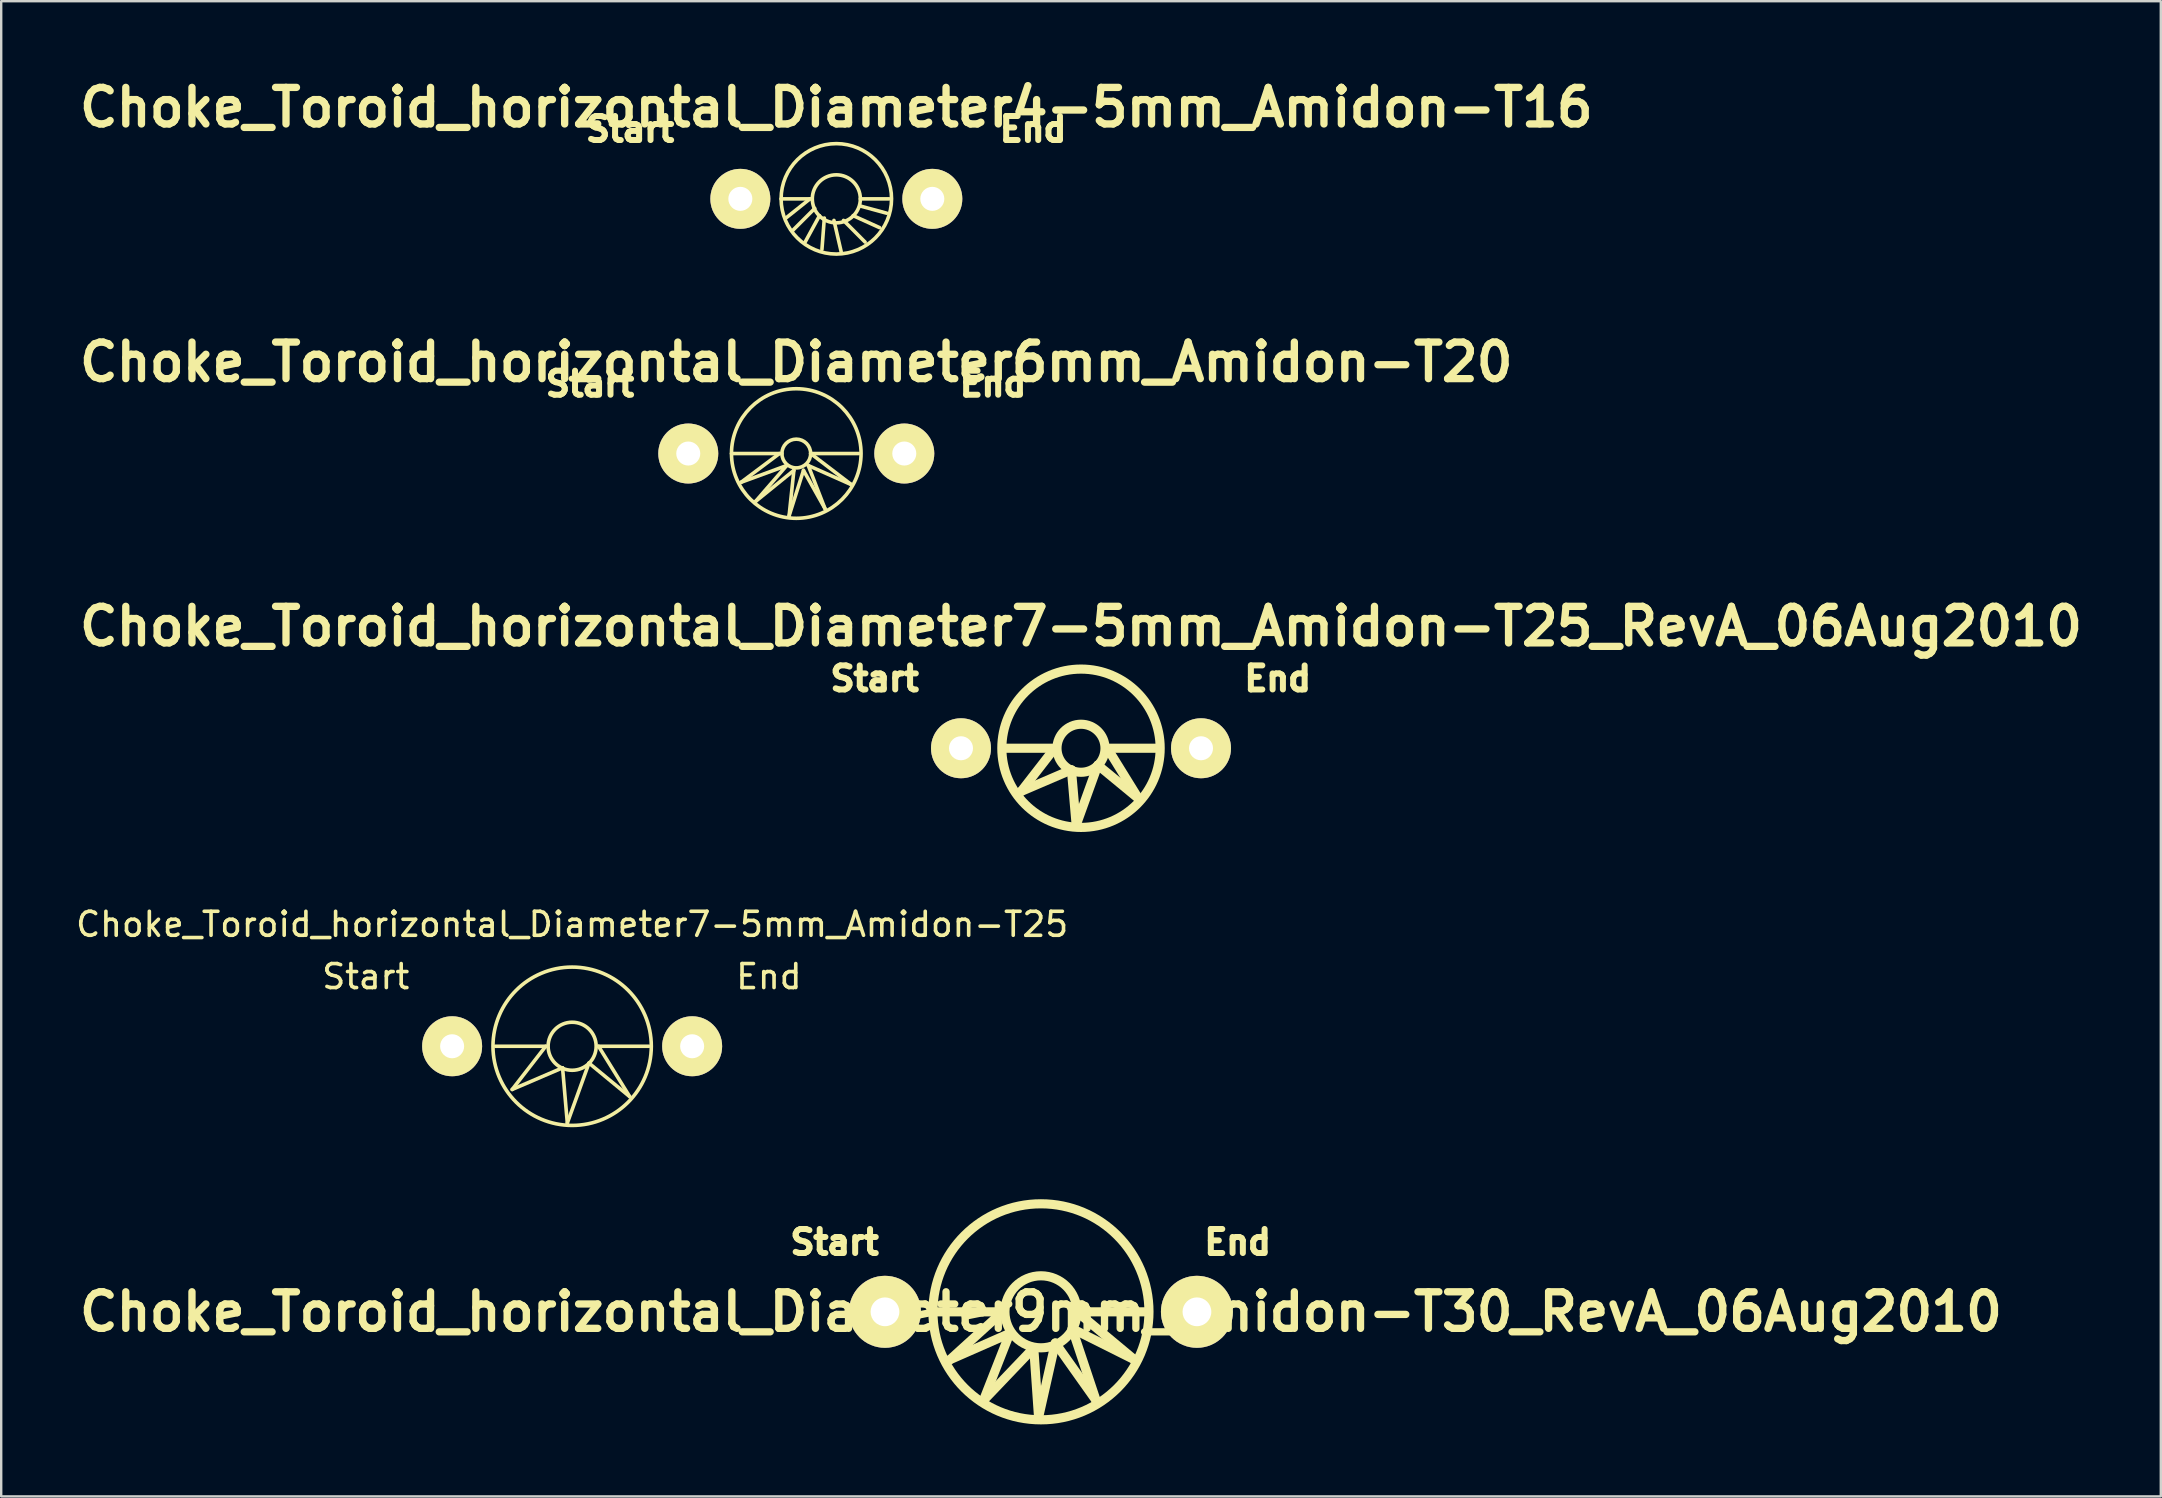
<source format=kicad_pcb>
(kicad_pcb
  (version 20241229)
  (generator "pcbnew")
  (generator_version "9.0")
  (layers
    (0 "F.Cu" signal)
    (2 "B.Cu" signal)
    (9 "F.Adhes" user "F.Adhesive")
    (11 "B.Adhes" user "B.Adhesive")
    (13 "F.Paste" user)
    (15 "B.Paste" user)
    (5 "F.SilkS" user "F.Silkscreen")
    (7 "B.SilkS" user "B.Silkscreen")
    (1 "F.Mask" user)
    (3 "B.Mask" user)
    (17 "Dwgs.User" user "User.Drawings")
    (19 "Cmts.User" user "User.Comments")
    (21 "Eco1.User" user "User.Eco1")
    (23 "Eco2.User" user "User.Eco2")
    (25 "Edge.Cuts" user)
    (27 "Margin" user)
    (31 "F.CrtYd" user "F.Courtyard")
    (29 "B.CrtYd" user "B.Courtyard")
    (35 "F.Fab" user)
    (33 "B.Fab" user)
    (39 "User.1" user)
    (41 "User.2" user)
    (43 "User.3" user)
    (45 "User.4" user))
  (footprint "Choke_Toroid_horizontal_Diameter7-5mm_Amidon-T25_RevA_06Aug2010"
    (layer "F.Cu")
    (at 41.997 28.131)
    (property "Reference" "Choke_Toroid_horizontal_Diameter7-5mm_Amidon-T25_RevA_06Aug2010" (at 0 -5.08 0) (layer "F.SilkS") (effects (font (size 1.524 1.524) (thickness 0.305))))
    (attr through_hole)
    (fp_line (start -3.2 0) (end -1.1 0) (stroke (width 0.381) (type solid)) (layer "F.SilkS"))
    (fp_line (start -2.499 1.801) (end -0.399 0.899) (stroke (width 0.381) (type solid)) (layer "F.SilkS"))
    (fp_line (start -1.1 0) (end -2.499 1.801) (stroke (width 0.381) (type solid)) (layer "F.SilkS"))
    (fp_line (start -0.399 0.899) (end -0.201 3.2) (stroke (width 0.381) (type solid)) (layer "F.SilkS"))
    (fp_line (start -0.201 3.2) (end 0.701 0.701) (stroke (width 0.381) (type solid)) (layer "F.SilkS"))
    (fp_line (start 0.701 0.701) (end 2.4 2.101) (stroke (width 0.381) (type solid)) (layer "F.SilkS"))
    (fp_line (start 1.1 0) (end 3.2 0) (stroke (width 0.381) (type solid)) (layer "F.SilkS"))
    (fp_line (start 2.4 2.101) (end 1.1 0) (stroke (width 0.381) (type solid)) (layer "F.SilkS"))
    (fp_circle (center 0 0) (end 1.001 0) (stroke (width 0.381) (type solid)) (fill no) (layer "F.SilkS"))
    (fp_circle (center 0 0) (end 3.299 0) (stroke (width 0.381) (type solid)) (fill no) (layer "F.SilkS"))
    (fp_text user "Start" (at -8.6 -2.901 0) (layer "F.SilkS") (effects (font (size 1.001 1.001) (thickness 0.251))))
    (fp_text user "End" (at 8.199 -2.901 0) (layer "F.SilkS") (effects (font (size 1.001 1.001) (thickness 0.251))))
    (pad "1" thru_hole circle (at -5.001 0) (size 2.499 2.499) (drill 1.001) (layers "*.Cu" "*.Mask" "F.SilkS"))
    (pad "2" thru_hole circle (at 5.001 0) (size 2.499 2.499) (drill 1.001) (layers "*.Cu" "*.Mask" "F.SilkS")))
  (footprint "Choke_Toroid_horizontal_Diameter9mm_Amidon-T30_RevA_06Aug2010"
    (layer "F.Cu")
    (at 40.328 51.615)
    (property "Reference" "Choke_Toroid_horizontal_Diameter9mm_Amidon-T30_RevA_06Aug2010" (at 0 0 0) (layer "F.SilkS") (effects (font (size 1.524 1.524) (thickness 0.305))))
    (attr through_hole)
    (fp_line (start -4.3 0) (end -1.6 0) (stroke (width 0.381) (type solid)) (layer "F.SilkS"))
    (fp_line (start -3.8 1.999) (end -1.3 0.899) (stroke (width 0.381) (type solid)) (layer "F.SilkS"))
    (fp_line (start -2.4 3.701) (end -0.3 1.501) (stroke (width 0.381) (type solid)) (layer "F.SilkS"))
    (fp_line (start -1.6 0) (end -3.8 1.999) (stroke (width 0.381) (type solid)) (layer "F.SilkS"))
    (fp_line (start -1.3 0.899) (end -2.4 3.701) (stroke (width 0.381) (type solid)) (layer "F.SilkS"))
    (fp_line (start -0.3 1.501) (end -0.099 4.399) (stroke (width 0.381) (type solid)) (layer "F.SilkS"))
    (fp_line (start -0.099 4.399) (end 0.599 1.3) (stroke (width 0.381) (type solid)) (layer "F.SilkS"))
    (fp_line (start 0.599 1.3) (end 2.301 3.701) (stroke (width 0.381) (type solid)) (layer "F.SilkS"))
    (fp_line (start 1.3 0.701) (end 3.899 1.999) (stroke (width 0.381) (type solid)) (layer "F.SilkS"))
    (fp_line (start 1.501 0) (end 4.3 0) (stroke (width 0.381) (type solid)) (layer "F.SilkS"))
    (fp_line (start 2.301 3.701) (end 1.3 0.701) (stroke (width 0.381) (type solid)) (layer "F.SilkS"))
    (fp_line (start 3.899 1.999) (end 1.501 0) (stroke (width 0.381) (type solid)) (layer "F.SilkS"))
    (fp_circle (center 0 0) (end 1.501 0) (stroke (width 0.381) (type solid)) (fill no) (layer "F.SilkS"))
    (fp_circle (center 0 0) (end 4.501 0) (stroke (width 0.381) (type solid)) (fill no) (layer "F.SilkS"))
    (fp_text user "Start" (at -8.6 -2.901 0) (layer "F.SilkS") (effects (font (size 1.001 1.001) (thickness 0.251))))
    (fp_text user "End" (at 8.199 -2.901 0) (layer "F.SilkS") (effects (font (size 1.001 1.001) (thickness 0.251))))
    (pad "1" thru_hole circle (at -6.5 0) (size 3 3) (drill 1.199) (layers "*.Cu" "*.Mask" "F.SilkS"))
    (pad "2" thru_hole circle (at 6.5 0) (size 3 3) (drill 1.199) (layers "*.Cu" "*.Mask" "F.SilkS")))
  (footprint "Choke_Toroid_horizontal_Diameter6mm_Amidon-T20"
    (layer "F.Cu")
    (at 30.132 15.849)
    (property "Reference" "Choke_Toroid_horizontal_Diameter6mm_Amidon-T20" (at 0 -3.81 0) (layer "F.SilkS") (effects (font (size 1.524 1.524) (thickness 0.305))))
    (attr through_hole)
    (fp_line (start -2.7 0) (end -0.599 0) (stroke (width 0.15) (type solid)) (layer "F.SilkS"))
    (fp_line (start -2.301 1.199) (end -0.399 0.5) (stroke (width 0.15) (type solid)) (layer "F.SilkS"))
    (fp_line (start -1.699 1.999) (end -0.099 0.701) (stroke (width 0.15) (type solid)) (layer "F.SilkS"))
    (fp_line (start -0.701 0) (end -2.301 1.199) (stroke (width 0.15) (type solid)) (layer "F.SilkS"))
    (fp_line (start -0.399 0.5) (end -1.699 1.999) (stroke (width 0.15) (type solid)) (layer "F.SilkS"))
    (fp_line (start -0.3 2.601) (end 0.3 0.701) (stroke (width 0.15) (type solid)) (layer "F.SilkS"))
    (fp_line (start -0.099 0.701) (end -0.3 2.601) (stroke (width 0.15) (type solid)) (layer "F.SilkS"))
    (fp_line (start 0.3 0.701) (end 1.199 2.301) (stroke (width 0.15) (type solid)) (layer "F.SilkS"))
    (fp_line (start 0.5 0.5) (end 2.301 1.3) (stroke (width 0.15) (type solid)) (layer "F.SilkS"))
    (fp_line (start 0.599 0) (end 2.601 0) (stroke (width 0.15) (type solid)) (layer "F.SilkS"))
    (fp_line (start 1.199 2.301) (end 0.5 0.5) (stroke (width 0.15) (type solid)) (layer "F.SilkS"))
    (fp_line (start 2.301 1.3) (end 0.599 0) (stroke (width 0.15) (type solid)) (layer "F.SilkS"))
    (fp_circle (center 0 0) (end 0.599 0) (stroke (width 0.15) (type solid)) (fill no) (layer "F.SilkS"))
    (fp_circle (center 0 0) (end 2.7 0) (stroke (width 0.15) (type solid)) (fill no) (layer "F.SilkS"))
    (fp_text user "End" (at 8.199 -2.901 0) (layer "F.SilkS") (effects (font (size 1.001 1.001) (thickness 0.251))))
    (fp_text user "Start" (at -8.6 -2.901 0) (layer "F.SilkS") (effects (font (size 1.001 1.001) (thickness 0.251))))
    (pad "1" thru_hole circle (at -4.501 0) (size 2.499 2.499) (drill 1.001) (layers "*.Cu" "*.Mask" "F.SilkS"))
    (pad "2" thru_hole circle (at 4.501 0) (size 2.499 2.499) (drill 1.001) (layers "*.Cu" "*.Mask" "F.SilkS")))
  (footprint "Choke_Toroid_horizontal_Diameter7-5mm_Amidon-T25"
    (layer "F.Cu")
    (at 20.792 40.549)
    (property "Reference" "Choke_Toroid_horizontal_Diameter7-5mm_Amidon-T25" (at 0 -5.08 0) (layer "F.SilkS") (effects (font (size 1 1) (thickness 0.15))))
    (attr through_hole)
    (fp_line (start -3.2 0) (end -1.1 0) (stroke (width 0.15) (type solid)) (layer "F.SilkS"))
    (fp_line (start -2.499 1.801) (end -0.399 0.899) (stroke (width 0.15) (type solid)) (layer "F.SilkS"))
    (fp_line (start -1.1 0) (end -2.499 1.801) (stroke (width 0.15) (type solid)) (layer "F.SilkS"))
    (fp_line (start -0.399 0.899) (end -0.201 3.2) (stroke (width 0.15) (type solid)) (layer "F.SilkS"))
    (fp_line (start -0.201 3.2) (end 0.701 0.701) (stroke (width 0.15) (type solid)) (layer "F.SilkS"))
    (fp_line (start 0.701 0.701) (end 2.4 2.101) (stroke (width 0.15) (type solid)) (layer "F.SilkS"))
    (fp_line (start 1.1 0) (end 3.2 0) (stroke (width 0.15) (type solid)) (layer "F.SilkS"))
    (fp_line (start 2.4 2.101) (end 1.1 0) (stroke (width 0.15) (type solid)) (layer "F.SilkS"))
    (fp_circle (center 0 0) (end 1.001 0) (stroke (width 0.15) (type solid)) (fill no) (layer "F.SilkS"))
    (fp_circle (center 0 0) (end 3.299 0) (stroke (width 0.15) (type solid)) (fill no) (layer "F.SilkS"))
    (fp_text user "Start" (at -8.6 -2.901 0) (layer "F.SilkS") (effects (font (size 1 1) (thickness 0.15))))
    (fp_text user "End" (at 8.199 -2.901 0) (layer "F.SilkS") (effects (font (size 1 1) (thickness 0.15))))
    (pad "1" thru_hole circle (at -5.001 0) (size 2.499 2.499) (drill 1.001) (layers "*.Cu" "*.Mask" "F.SilkS"))
    (pad "2" thru_hole circle (at 5.001 0) (size 2.499 2.499) (drill 1.001) (layers "*.Cu" "*.Mask" "F.SilkS")))
  (footprint "Choke_Toroid_horizontal_Diameter4-5mm_Amidon-T16"
    (layer "F.Cu")
    (at 31.801 5.236)
    (property "Reference" "Choke_Toroid_horizontal_Diameter4-5mm_Amidon-T16" (at 0 -3.81 0) (layer "F.SilkS") (effects (font (size 1.524 1.524) (thickness 0.305))))
    (attr through_hole)
    (fp_line (start -2.301 0) (end -1.1 0) (stroke (width 0.15) (type solid)) (layer "F.SilkS"))
    (fp_line (start -1.1 0) (end -2.101 0.8) (stroke (width 0.15) (type solid)) (layer "F.SilkS"))
    (fp_line (start -0.899 0.399) (end -1.801 1.3) (stroke (width 0.15) (type solid)) (layer "F.SilkS"))
    (fp_line (start -0.701 0.701) (end -1.3 1.801) (stroke (width 0.15) (type solid)) (layer "F.SilkS"))
    (fp_line (start -0.5 0.8) (end -0.599 2.101) (stroke (width 0.15) (type solid)) (layer "F.SilkS"))
    (fp_line (start -0.099 0.899) (end 0.201 2.2) (stroke (width 0.15) (type solid)) (layer "F.SilkS"))
    (fp_line (start 0.3 0.899) (end 1.199 1.801) (stroke (width 0.15) (type solid)) (layer "F.SilkS"))
    (fp_line (start 0.701 0.701) (end 1.801 1.199) (stroke (width 0.15) (type solid)) (layer "F.SilkS"))
    (fp_line (start 1.001 0) (end 2.2 0) (stroke (width 0.15) (type solid)) (layer "F.SilkS"))
    (fp_line (start 1.001 0.3) (end 2.101 0.599) (stroke (width 0.15) (type solid)) (layer "F.SilkS"))
    (fp_circle (center 0 0) (end 1.001 0) (stroke (width 0.15) (type solid)) (fill no) (layer "F.SilkS"))
    (fp_circle (center 0 0) (end 2.301 0) (stroke (width 0.15) (type solid)) (fill no) (layer "F.SilkS"))
    (fp_text user "Start" (at -8.6 -2.901 0) (layer "F.SilkS") (effects (font (size 1.001 1.001) (thickness 0.251))))
    (fp_text user "End" (at 8.199 -2.901 0) (layer "F.SilkS") (effects (font (size 1.001 1.001) (thickness 0.251))))
    (pad "1" thru_hole circle (at -4 0) (size 2.499 2.499) (drill 1.001) (layers "*.Cu" "*.Mask" "F.SilkS"))
    (pad "2" thru_hole circle (at 4 0) (size 2.499 2.499) (drill 1.001) (layers "*.Cu" "*.Mask" "F.SilkS")))
  (gr_rect
    (start -3 -3)
    (end 86.994 59.306)
    (stroke (width 0.1) (type default))
    (fill no)
    (layer "Edge.Cuts")))
</source>
